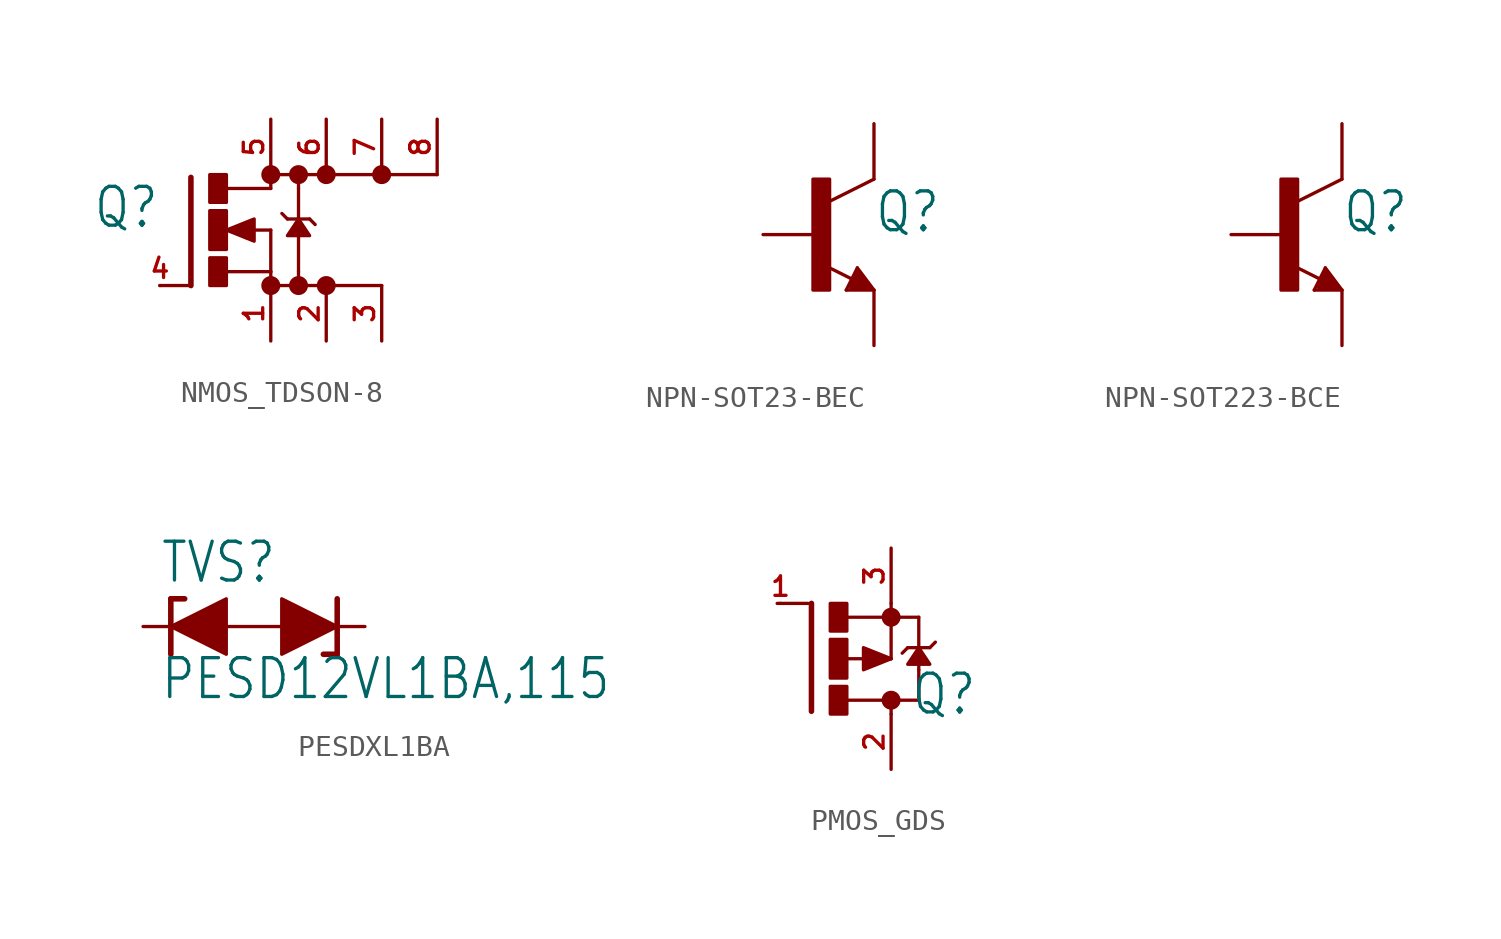
<source format=kicad_sym>
(kicad_symbol_lib
  (version 20231120)
  (generator "kicad_symbol_editor")
  (generator_version "8.0")
  (symbol "NMOS_TDSON-8"
    (property "Reference" "Q"
      (at -2.54 0 0)
      (effects (font (size 1.778 1.511)) (justify right bottom)))
    (property "Value" ""
      (at 6.35 0 0)
      (effects (font (size 1.778 1.511)) (justify left bottom)))
    (property "ki_locked" ""
      (at 0 0 0)
      (effects (font (size 1.27 1.27))))
    (symbol "NMOS_TDSON-8_1_0"
      (rectangle (start -0.254 -2.54) (end 0.508 -1.27) (stroke (width 0) (type default)) (fill (type outline)))
      (rectangle (start -0.254 -0.889) (end 0.508 0.889) (stroke (width 0) (type default)) (fill (type outline)))
      (rectangle (start -0.254 1.27) (end 0.508 2.54) (stroke (width 0) (type default)) (fill (type outline)))
      (polyline (pts (xy -1.118 -2.54) (xy -2.54 -2.54)) (stroke (width 0.152) (type solid)) (fill (type none)))
      (polyline (pts (xy -1.118 2.413) (xy -1.118 -2.54)) (stroke (width 0.254) (type solid)) (fill (type none)))
      (polyline (pts (xy 0.508 -1.905) (xy 2.54 -1.905)) (stroke (width 0.152) (type solid)) (fill (type none)))
      (polyline (pts (xy 1.651 0) (xy 2.54 0)) (stroke (width 0.152) (type solid)) (fill (type none)))
      (polyline (pts (xy 2.54 -1.905) (xy 2.54 -2.54)) (stroke (width 0.152) (type solid)) (fill (type none)))
      (polyline (pts (xy 2.54 0) (xy 2.54 -1.905)) (stroke (width 0.152) (type solid)) (fill (type none)))
      (polyline (pts (xy 2.54 1.905) (xy 0.533 1.905)) (stroke (width 0.152) (type solid)) (fill (type none)))
      (polyline (pts (xy 2.54 2.54) (xy 2.54 1.905)) (stroke (width 0.152) (type solid)) (fill (type none)))
      (polyline (pts (xy 3.048 0.762) (xy 3.302 0.508)) (stroke (width 0.152) (type solid)) (fill (type none)))
      (polyline (pts (xy 3.302 0.508) (xy 3.81 0.508)) (stroke (width 0.152) (type solid)) (fill (type none)))
      (polyline (pts (xy 3.81 -1.905) (xy 3.81 -2.54)) (stroke (width 0.152) (type solid)) (fill (type none)))
      (polyline (pts (xy 3.81 -1.905) (xy 3.81 0.508)) (stroke (width 0.152) (type solid)) (fill (type none)))
      (polyline (pts (xy 3.81 0.508) (xy 3.81 1.905)) (stroke (width 0.152) (type solid)) (fill (type none)))
      (polyline (pts (xy 3.81 0.508) (xy 4.318 0.508)) (stroke (width 0.152) (type solid)) (fill (type none)))
      (polyline (pts (xy 3.81 2.54) (xy 3.81 1.905)) (stroke (width 0.152) (type solid)) (fill (type none)))
      (polyline (pts (xy 4.318 0.508) (xy 4.572 0.254)) (stroke (width 0.152) (type solid)) (fill (type none)))
      (polyline (pts (xy 0.508 0) (xy 1.778 0.508) (xy 1.778 -0.508) (xy 0.508 0)) (stroke (width 0) (type default)) (fill (type outline)))
      (polyline (pts (xy 3.81 0.508) (xy 4.318 -0.254) (xy 3.302 -0.254) (xy 3.81 0.508)) (stroke (width 0.152) (type default)) (fill (type outline)))
      (circle (center 2.54 -2.54) (radius 0.359) (stroke (width 0) (type solid)) (fill (type outline)))
      (circle (center 2.54 2.54) (radius 0.359) (stroke (width 0) (type solid)) (fill (type outline)))
      (circle (center 3.81 -2.54) (radius 0.359) (stroke (width 0) (type solid)) (fill (type outline)))
      (circle (center 3.81 2.54) (radius 0.359) (stroke (width 0) (type solid)) (fill (type outline)))
      (circle (center 5.08 -2.54) (radius 0.359) (stroke (width 0) (type solid)) (fill (type outline)))
      (circle (center 5.08 2.54) (radius 0.359) (stroke (width 0) (type solid)) (fill (type outline)))
      (circle (center 7.62 2.54) (radius 0.359) (stroke (width 0) (type solid)) (fill (type outline)))
      (pin passive line (at 2.54 -5.08 90) (length 2.54) (name "S" (effects (font (size 0 0)))) (number "1" (effects (font (size 0.889 0.889)))))
      (pin passive line (at 5.08 -5.08 90) (length 2.54) (name "S" (effects (font (size 0 0)))) (number "2" (effects (font (size 0.889 0.889)))))
      (pin passive line (at 7.62 -5.08 90) (length 2.54) (name "S" (effects (font (size 0 0)))) (number "3" (effects (font (size 0.889 0.889)))))
      (pin passive line (at -2.54 -2.54 0) (length 0) (name "G" (effects (font (size 0 0)))) (number "4" (effects (font (size 0.889 0.889)))))
      (pin passive line (at 2.54 5.08 270) (length 2.54) (name "D" (effects (font (size 0 0)))) (number "5" (effects (font (size 0.889 0.889)))))
      (pin passive line (at 5.08 5.08 270) (length 2.54) (name "S" (effects (font (size 0 0)))) (number "6" (effects (font (size 0.889 0.889)))))
      (pin passive line (at 7.62 5.08 270) (length 2.54) (name "S" (effects (font (size 0 0)))) (number "7" (effects (font (size 0.889 0.889)))))
      (pin passive line (at 10.16 5.08 270) (length 2.54) (name "S" (effects (font (size 0 0)))) (number "8" (effects (font (size 0.889 0.889))))))
    (symbol "NMOS_TDSON-8_1_1"
      (polyline (pts (xy 2.54 -2.54) (xy 7.62 -2.54)) (stroke (width 0) (type default)) (fill (type none)))
      (polyline (pts (xy 2.54 2.54) (xy 10.16 2.54)) (stroke (width 0) (type default)) (fill (type none)))))
  (symbol "NPN-SOT23-BEC"
    (property "Reference" "Q"
      (at 2.54 0 0)
      (effects (font (size 1.778 1.511)) (justify left bottom)))
    (property "Value" ""
      (at -10.16 5.08 0)
      (effects (font (size 1.778 1.511)) (justify left bottom)))
    (property "ki_locked" ""
      (at 0 0 0)
      (effects (font (size 1.27 1.27))))
    (symbol "NPN-SOT23-BEC_1_0"
      (rectangle (start -0.254 -2.54) (end 0.508 2.54) (stroke (width 0) (type default)) (fill (type outline)))
      (polyline (pts (xy 1.27 -2.54) (xy 1.778 -1.524)) (stroke (width 0.152) (type solid)) (fill (type none)))
      (polyline (pts (xy 1.524 -2.413) (xy 2.286 -2.413)) (stroke (width 0.254) (type solid)) (fill (type none)))
      (polyline (pts (xy 1.524 -2.286) (xy 1.905 -2.286)) (stroke (width 0.254) (type solid)) (fill (type none)))
      (polyline (pts (xy 1.54 -2.04) (xy 0.308 -1.424)) (stroke (width 0.152) (type solid)) (fill (type none)))
      (polyline (pts (xy 1.778 -1.778) (xy 1.524 -2.286)) (stroke (width 0.254) (type solid)) (fill (type none)))
      (polyline (pts (xy 1.778 -1.524) (xy 2.54 -2.54)) (stroke (width 0.152) (type solid)) (fill (type none)))
      (polyline (pts (xy 1.905 -2.286) (xy 1.778 -2.032)) (stroke (width 0.254) (type solid)) (fill (type none)))
      (polyline (pts (xy 2.286 -2.413) (xy 1.778 -1.778)) (stroke (width 0.254) (type solid)) (fill (type none)))
      (polyline (pts (xy 2.54 -2.54) (xy 1.27 -2.54)) (stroke (width 0.152) (type solid)) (fill (type none)))
      (polyline (pts (xy 2.54 2.54) (xy 0.508 1.524)) (stroke (width 0.152) (type solid)) (fill (type none)))
      (pin passive line (at -2.54 0 0) (length 2.54) (name "B" (effects (font (size 0 0)))) (number "B" (effects (font (size 0 0)))))
      (pin passive line (at 2.54 5.08 270) (length 2.54) (name "C" (effects (font (size 0 0)))) (number "C" (effects (font (size 0 0)))))
      (pin passive line (at 2.54 -5.08 90) (length 2.54) (name "E" (effects (font (size 0 0)))) (number "E" (effects (font (size 0 0)))))))
  (symbol "NPN-SOT223-BCE"
    (property "Reference" "Q"
      (at 2.54 0 0)
      (effects (font (size 1.778 1.511)) (justify left bottom)))
    (property "Value" ""
      (at -10.16 5.08 0)
      (effects (font (size 1.778 1.511)) (justify left bottom)))
    (property "ki_locked" ""
      (at 0 0 0)
      (effects (font (size 1.27 1.27))))
    (symbol "NPN-SOT223-BCE_1_0"
      (rectangle (start -0.254 -2.54) (end 0.508 2.54) (stroke (width 0) (type default)) (fill (type outline)))
      (polyline (pts (xy 1.27 -2.54) (xy 1.778 -1.524)) (stroke (width 0.152) (type solid)) (fill (type none)))
      (polyline (pts (xy 1.524 -2.413) (xy 2.286 -2.413)) (stroke (width 0.254) (type solid)) (fill (type none)))
      (polyline (pts (xy 1.524 -2.286) (xy 1.905 -2.286)) (stroke (width 0.254) (type solid)) (fill (type none)))
      (polyline (pts (xy 1.54 -2.04) (xy 0.308 -1.424)) (stroke (width 0.152) (type solid)) (fill (type none)))
      (polyline (pts (xy 1.778 -1.778) (xy 1.524 -2.286)) (stroke (width 0.254) (type solid)) (fill (type none)))
      (polyline (pts (xy 1.778 -1.524) (xy 2.54 -2.54)) (stroke (width 0.152) (type solid)) (fill (type none)))
      (polyline (pts (xy 1.905 -2.286) (xy 1.778 -2.032)) (stroke (width 0.254) (type solid)) (fill (type none)))
      (polyline (pts (xy 2.286 -2.413) (xy 1.778 -1.778)) (stroke (width 0.254) (type solid)) (fill (type none)))
      (polyline (pts (xy 2.54 -2.54) (xy 1.27 -2.54)) (stroke (width 0.152) (type solid)) (fill (type none)))
      (polyline (pts (xy 2.54 2.54) (xy 0.508 1.524)) (stroke (width 0.152) (type solid)) (fill (type none)))
      (pin passive line (at -2.54 0 0) (length 2.54) (name "B" (effects (font (size 0 0)))) (number "B" (effects (font (size 0 0)))))
      (pin passive line (at 2.54 5.08 270) (length 2.54) (name "C" (effects (font (size 0 0)))) (number "C" (effects (font (size 0 0)))))
      (pin passive line (at 2.54 -5.08 90) (length 2.54) (name "E" (effects (font (size 0 0)))) (number "E" (effects (font (size 0 0)))))))
  (symbol "PESDXL1BA"
    (property "Reference" "TVS"
      (at -9.398 1.905 0)
      (effects (font (size 1.778 1.511)) (justify left bottom)))
    (property "Value" "PESD12VL1BA,115"
      (at -9.398 -3.429 0)
      (effects (font (size 1.778 1.511)) (justify left bottom)))
    (symbol "PESDXL1BA_1_0"
      (polyline (pts (xy -8.89 -1.27) (xy -8.89 1.27)) (stroke (width 0.254) (type solid)) (fill (type none)))
      (polyline (pts (xy -8.89 1.27) (xy -8.255 1.27)) (stroke (width 0.254) (type solid)) (fill (type none)))
      (polyline (pts (xy -7.62 0) (xy -2.54 0)) (stroke (width 0.152) (type solid)) (fill (type none)))
      (polyline (pts (xy -1.27 -1.27) (xy -1.905 -1.27)) (stroke (width 0.254) (type solid)) (fill (type none)))
      (polyline (pts (xy -1.27 1.27) (xy -1.27 -1.27)) (stroke (width 0.254) (type solid)) (fill (type none)))
      (pin passive line (at -10.16 0 0) (length 2.54) (name "1" (effects (font (size 0 0)))) (number "C1" (effects (font (size 0 0)))))
      (pin passive line (at 0 0 180) (length 2.54) (name "2" (effects (font (size 0 0)))) (number "C2" (effects (font (size 0 0))))))
    (symbol "PESDXL1BA_1_1"
      (polyline (pts (xy -8.89 0) (xy -6.35 1.27) (xy -6.35 -1.27) (xy -8.89 0)) (stroke (width 0) (type default)) (fill (type outline)))
      (polyline (pts (xy -1.27 0) (xy -3.81 -1.27) (xy -3.81 1.27) (xy -1.27 0)) (stroke (width 0) (type default)) (fill (type outline)))))
  (symbol "PMOS_GDS"
    (property "Reference" "Q"
      (at 3.429 -2.667 0)
      (effects (font (size 1.778 1.511)) (justify left bottom)))
    (property "Value" ""
      (at 6.35 0 0)
      (effects (font (size 1.778 1.511)) (justify left bottom)))
    (property "ki_locked" ""
      (at 0 0 0)
      (effects (font (size 1.27 1.27))))
    (symbol "PMOS_GDS_1_0"
      (polyline (pts (xy -1.27 2.54) (xy -2.692 2.54)) (stroke (width 0.152) (type solid)) (fill (type none)))
      (polyline (pts (xy -1.118 -2.413) (xy -1.118 2.54)) (stroke (width 0.254) (type solid)) (fill (type none)))
      (polyline (pts (xy 0.508 1.905) (xy 2.54 1.905)) (stroke (width 0.152) (type solid)) (fill (type none)))
      (polyline (pts (xy 1.651 0) (xy 2.54 0)) (stroke (width 0.152) (type solid)) (fill (type none)))
      (polyline (pts (xy 2.54 -2.54) (xy 2.54 -1.905)) (stroke (width 0.152) (type solid)) (fill (type none)))
      (polyline (pts (xy 2.54 -1.905) (xy 0.533 -1.905)) (stroke (width 0.152) (type solid)) (fill (type none)))
      (polyline (pts (xy 2.54 -1.905) (xy 3.81 -1.905)) (stroke (width 0.152) (type solid)) (fill (type none)))
      (polyline (pts (xy 2.54 0) (xy 0.533 0)) (stroke (width 0.152) (type solid)) (fill (type none)))
      (polyline (pts (xy 2.54 0) (xy 2.54 1.905)) (stroke (width 0.152) (type solid)) (fill (type none)))
      (polyline (pts (xy 2.54 1.905) (xy 2.54 2.54)) (stroke (width 0.152) (type solid)) (fill (type none)))
      (polyline (pts (xy 2.54 1.905) (xy 3.81 1.905)) (stroke (width 0.152) (type solid)) (fill (type none)))
      (polyline (pts (xy 3.302 0.508) (xy 3.048 0.254)) (stroke (width 0.152) (type solid)) (fill (type none)))
      (polyline (pts (xy 3.81 -0.508) (xy 3.81 -1.905)) (stroke (width 0.152) (type solid)) (fill (type none)))
      (polyline (pts (xy 3.81 0.508) (xy 3.302 0.508)) (stroke (width 0.152) (type solid)) (fill (type none)))
      (polyline (pts (xy 3.81 1.905) (xy 3.81 -0.508)) (stroke (width 0.152) (type solid)) (fill (type none)))
      (polyline (pts (xy 4.318 0.508) (xy 3.81 0.508)) (stroke (width 0.152) (type solid)) (fill (type none)))
      (polyline (pts (xy 4.572 0.762) (xy 4.318 0.508)) (stroke (width 0.152) (type solid)) (fill (type none)))
      (polyline (pts (xy 2.54 0) (xy 1.27 0.508) (xy 1.27 -0.508) (xy 2.54 0)) (stroke (width 0) (type default)) (fill (type outline)))
      (polyline (pts (xy 3.81 0.508) (xy 3.302 -0.254) (xy 4.318 -0.254) (xy 3.81 0.508)) (stroke (width 0.152) (type default)) (fill (type outline)))
      (rectangle (start 0.508 -2.54) (end -0.254 -1.27) (stroke (width 0) (type default)) (fill (type outline)))
      (rectangle (start 0.508 -0.889) (end -0.254 0.889) (stroke (width 0) (type default)) (fill (type outline)))
      (rectangle (start 0.508 1.27) (end -0.254 2.54) (stroke (width 0) (type default)) (fill (type outline)))
      (circle (center 2.54 -1.905) (radius 0.359) (stroke (width 0) (type solid)) (fill (type outline)))
      (circle (center 2.54 1.905) (radius 0.359) (stroke (width 0) (type solid)) (fill (type outline)))
      (pin passive line (at -2.54 2.54 0) (length 0) (name "G" (effects (font (size 0 0)))) (number "1" (effects (font (size 0.889 0.889)))))
      (pin passive line (at 2.54 -5.08 90) (length 2.54) (name "D" (effects (font (size 0 0)))) (number "2" (effects (font (size 0.889 0.889)))))
      (pin passive line (at 2.54 5.08 270) (length 2.54) (name "S" (effects (font (size 0 0)))) (number "3" (effects (font (size 0.889 0.889))))))))
</source>
